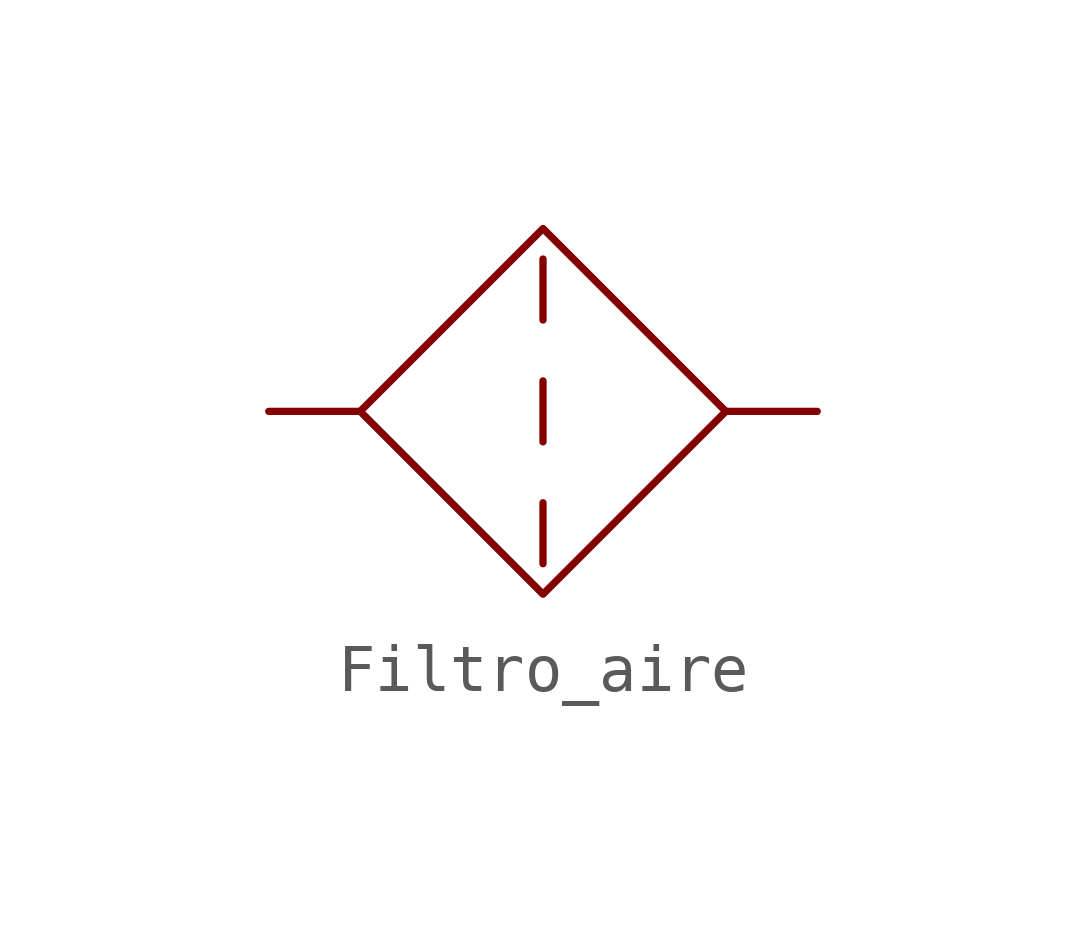
<source format=kicad_sym>
(kicad_symbol_lib
  (version 20211014)
  (generator kicad_symbol_editor)
  (symbol "Filtro_aire"
    (pin_names
      (offset 1.016))
    (property "Reference" "V"
      (at -5.08 -5.08 0)
      (effects (font (size 2.54 2.54)) (justify left) hide))
    (symbol "Filtro_aire_0_1"
      (polyline (pts (xy -3.81 -1.905) (xy -3.81 -3.175)) (stroke (width 0) (type default) (color 0 0 0 0)) (fill (type none)))
      (polyline (pts (xy -3.81 0.635) (xy -3.81 -0.635)) (stroke (width 0) (type default) (color 0 0 0 0)) (fill (type none)))
      (polyline (pts (xy -3.81 3.175) (xy -3.81 1.905)) (stroke (width 0) (type default) (color 0 0 0 0)) (fill (type none)))
      (polyline (pts (xy -3.81 3.81) (xy -7.62 0) (xy -3.81 -3.81) (xy 0 0) (xy -3.81 3.81)) (stroke (width 0) (type default) (color 0 0 0 0)) (fill (type none))))
    (symbol "Filtro_aire_1_1"
      (pin input line (at -9.525 0 0) (length 1.905) (name "" (effects (font (size 1.27 1.27)))) (number "" (effects (font (size 1.27 1.27)))))
      (pin output line (at 1.905 0 180) (length 1.905) (name "" (effects (font (size 1.27 1.27)))) (number "" (effects (font (size 1.27 1.27))))))))
</source>
